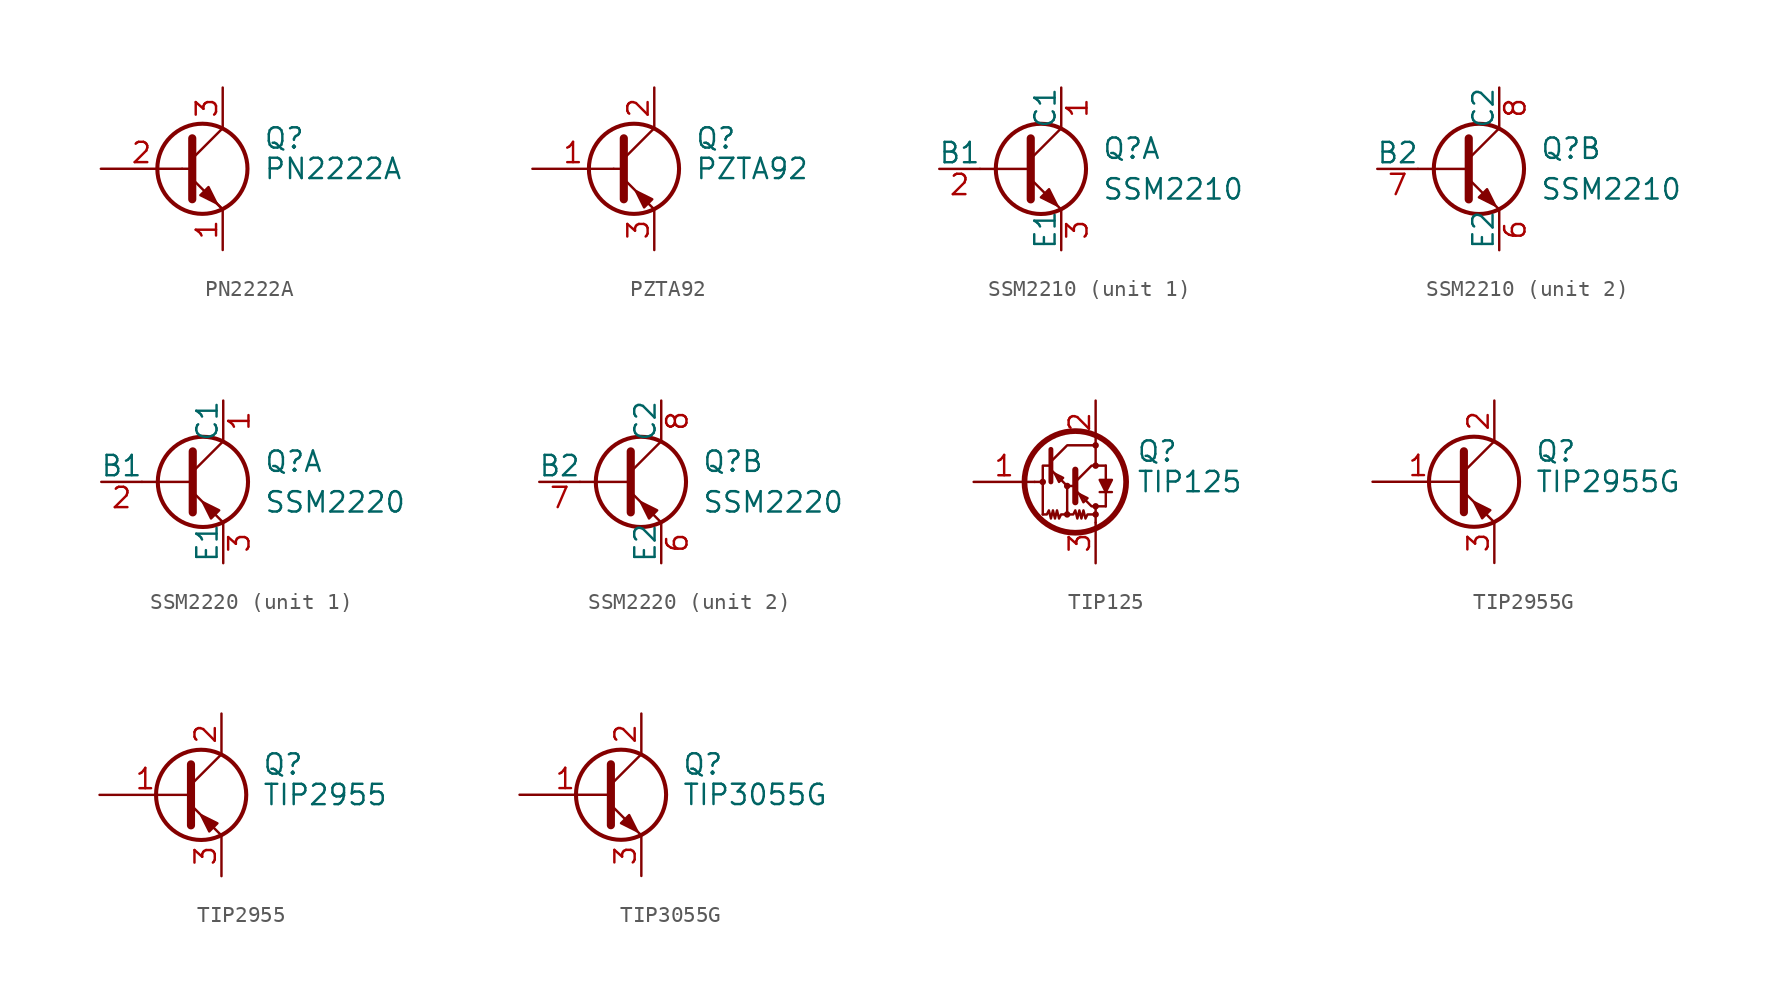
<source format=kicad_sym>
(kicad_symbol_lib
  (version 20220914)
  (generator kicad_symbol_editor)
  (symbol "PN2222A"
    (pin_names
      (offset 0) hide)
    (property "Reference" "Q"
      (at 5.08 1.905 0)
      (effects (font (size 1.27 1.27)) (justify left)))
    (property "Value" "PN2222A"
      (at 5.08 0 0)
      (effects (font (size 1.27 1.27)) (justify left)))
    (symbol "PN2222A_0_1"
      (polyline (pts (xy 0 0) (xy 0.635 0)) (stroke (width 0) (type default)) (fill (type none)))
      (polyline (pts (xy 2.54 -2.54) (xy 0.635 -0.635)) (stroke (width 0) (type default)) (fill (type none)))
      (polyline (pts (xy 2.54 2.54) (xy 0.635 0.635)) (stroke (width 0) (type default)) (fill (type none)))
      (polyline (pts (xy 0.635 1.905) (xy 0.635 -1.905) (xy 0.635 -1.905)) (stroke (width 0.508) (type default)) (fill (type none)))
      (polyline (pts (xy 2.413 -2.413) (xy 1.905 -1.905) (xy 1.905 -1.905)) (stroke (width 0) (type default)) (fill (type none)))
      (polyline (pts (xy 1.143 -1.651) (xy 1.651 -1.143) (xy 2.159 -2.159) (xy 1.143 -1.651) (xy 1.143 -1.651)) (stroke (width 0) (type default)) (fill (type outline)))
      (circle (center 1.27 0) (radius 2.819) (stroke (width 0.254) (type default)) (fill (type none))))
    (symbol "PN2222A_1_1"
      (pin passive line (at 2.54 -5.08 90) (length 2.54) (name "E" (effects (font (size 1.27 1.27)))) (number "1" (effects (font (size 1.27 1.27)))))
      (pin input line (at -5.08 0 0) (length 5.08) (name "B" (effects (font (size 1.27 1.27)))) (number "2" (effects (font (size 1.27 1.27)))))
      (pin passive line (at 2.54 5.08 270) (length 2.54) (name "C" (effects (font (size 1.27 1.27)))) (number "3" (effects (font (size 1.27 1.27)))))))
  (symbol "PZTA92"
    (pin_names
      (offset 0) hide)
    (property "Reference" "Q"
      (at 5.08 1.905 0)
      (effects (font (size 1.27 1.27)) (justify left)))
    (property "Value" "PZTA92"
      (at 5.08 0 0)
      (effects (font (size 1.27 1.27)) (justify left)))
    (symbol "PZTA92_0_1"
      (polyline (pts (xy 0 0) (xy 0.635 0)) (stroke (width 0) (type default)) (fill (type none)))
      (polyline (pts (xy 2.54 -2.54) (xy 0.635 -0.635)) (stroke (width 0) (type default)) (fill (type none)))
      (polyline (pts (xy 2.54 2.54) (xy 0.635 0.635)) (stroke (width 0) (type default)) (fill (type none)))
      (polyline (pts (xy 0.635 1.905) (xy 0.635 -1.905) (xy 0.635 -1.905)) (stroke (width 0.508) (type default)) (fill (type outline)))
      (polyline (pts (xy 1.905 -2.413) (xy 2.413 -1.905) (xy 1.397 -1.397) (xy 1.905 -2.413) (xy 1.905 -2.413)) (stroke (width 0) (type default)) (fill (type outline)))
      (circle (center 1.27 0) (radius 2.819) (stroke (width 0.254) (type default)) (fill (type none))))
    (symbol "PZTA92_1_1"
      (pin input line (at -5.08 0 0) (length 5.08) (name "B" (effects (font (size 1.27 1.27)))) (number "1" (effects (font (size 1.27 1.27)))))
      (pin passive line (at 2.54 5.08 270) (length 2.54) (name "C" (effects (font (size 1.27 1.27)))) (number "2" (effects (font (size 1.27 1.27)))))
      (pin passive line (at 2.54 -5.08 90) (length 2.54) (name "E" (effects (font (size 1.27 1.27)))) (number "3" (effects (font (size 1.27 1.27)))))))
  (symbol "SSM2210"
    (pin_names
      (offset 0))
    (property "Reference" "Q"
      (at 5.08 1.27 0)
      (effects (font (size 1.27 1.27)) (justify left)))
    (property "Value" "SSM2210"
      (at 5.08 -1.27 0)
      (effects (font (size 1.27 1.27)) (justify left)))
    (symbol "SSM2210_0_1"
      (polyline (pts (xy 0.635 0) (xy -2.54 0)) (stroke (width 0) (type default)) (fill (type none)))
      (polyline (pts (xy 0.635 0.635) (xy 2.54 2.54)) (stroke (width 0) (type default)) (fill (type none)))
      (polyline (pts (xy 0.635 -0.635) (xy 2.54 -2.54) (xy 2.54 -2.54)) (stroke (width 0) (type default)) (fill (type none)))
      (polyline (pts (xy 0.635 1.905) (xy 0.635 -1.905) (xy 0.635 -1.905)) (stroke (width 0.508) (type default)) (fill (type none)))
      (polyline (pts (xy 1.27 -1.778) (xy 1.778 -1.27) (xy 2.286 -2.286) (xy 1.27 -1.778) (xy 1.27 -1.778)) (stroke (width 0) (type default)) (fill (type outline)))
      (circle (center 1.27 0) (radius 2.819) (stroke (width 0.254) (type default)) (fill (type none))))
    (symbol "SSM2210_1_1"
      (pin passive line (at 2.54 5.08 270) (length 2.54) (name "C1" (effects (font (size 1.27 1.27)))) (number "1" (effects (font (size 1.27 1.27)))))
      (pin input line (at -5.08 0 0) (length 2.54) (name "B1" (effects (font (size 1.27 1.27)))) (number "2" (effects (font (size 1.27 1.27)))))
      (pin passive line (at 2.54 -5.08 90) (length 2.54) (name "E1" (effects (font (size 1.27 1.27)))) (number "3" (effects (font (size 1.27 1.27))))))
    (symbol "SSM2210_2_1"
      (pin passive line (at 2.54 -5.08 90) (length 2.54) (name "E2" (effects (font (size 1.27 1.27)))) (number "6" (effects (font (size 1.27 1.27)))))
      (pin input line (at -5.08 0 0) (length 2.54) (name "B2" (effects (font (size 1.27 1.27)))) (number "7" (effects (font (size 1.27 1.27)))))
      (pin passive line (at 2.54 5.08 270) (length 2.54) (name "C2" (effects (font (size 1.27 1.27)))) (number "8" (effects (font (size 1.27 1.27)))))))
  (symbol "SSM2220"
    (pin_names
      (offset 0))
    (property "Reference" "Q"
      (at 5.08 1.27 0)
      (effects (font (size 1.27 1.27)) (justify left)))
    (property "Value" "SSM2220"
      (at 5.08 -1.27 0)
      (effects (font (size 1.27 1.27)) (justify left)))
    (symbol "SSM2220_0_1"
      (polyline (pts (xy 0.635 0) (xy -2.54 0)) (stroke (width 0) (type default)) (fill (type none)))
      (polyline (pts (xy 0.635 0.635) (xy 2.54 2.54)) (stroke (width 0) (type default)) (fill (type none)))
      (polyline (pts (xy 0.635 -0.635) (xy 2.54 -2.54) (xy 2.54 -2.54)) (stroke (width 0) (type default)) (fill (type none)))
      (polyline (pts (xy 0.635 1.905) (xy 0.635 -1.905) (xy 0.635 -1.905)) (stroke (width 0.508) (type default)) (fill (type none)))
      (polyline (pts (xy 2.286 -1.778) (xy 1.778 -2.286) (xy 1.27 -1.27) (xy 2.286 -1.778) (xy 2.286 -1.778)) (stroke (width 0) (type default)) (fill (type outline)))
      (circle (center 1.27 0) (radius 2.819) (stroke (width 0.254) (type default)) (fill (type none))))
    (symbol "SSM2220_1_1"
      (pin passive line (at 2.54 5.08 270) (length 2.54) (name "C1" (effects (font (size 1.27 1.27)))) (number "1" (effects (font (size 1.27 1.27)))))
      (pin input line (at -5.08 0 0) (length 2.54) (name "B1" (effects (font (size 1.27 1.27)))) (number "2" (effects (font (size 1.27 1.27)))))
      (pin passive line (at 2.54 -5.08 90) (length 2.54) (name "E1" (effects (font (size 1.27 1.27)))) (number "3" (effects (font (size 1.27 1.27))))))
    (symbol "SSM2220_2_1"
      (pin passive line (at 2.54 -5.08 90) (length 2.54) (name "E2" (effects (font (size 1.27 1.27)))) (number "6" (effects (font (size 1.27 1.27)))))
      (pin input line (at -5.08 0 0) (length 2.54) (name "B2" (effects (font (size 1.27 1.27)))) (number "7" (effects (font (size 1.27 1.27)))))
      (pin passive line (at 2.54 5.08 270) (length 2.54) (name "C2" (effects (font (size 1.27 1.27)))) (number "8" (effects (font (size 1.27 1.27)))))))
  (symbol "TIP125"
    (pin_names
      (offset 0) hide)
    (property "Reference" "Q"
      (at 5.08 1.905 0)
      (effects (font (size 1.27 1.27)) (justify left)))
    (property "Value" "TIP125"
      (at 5.08 0 0)
      (effects (font (size 1.27 1.27)) (justify left)))
    (symbol "TIP125_0_1"
      (circle (center -0.762 0) (radius 0.127) (stroke (width 0) (type default)) (fill (type none)))
      (polyline (pts (xy -1.27 0) (xy -0.889 0)) (stroke (width 0) (type default)) (fill (type none)))
      (polyline (pts (xy 2.54 -2.032) (xy 2.54 -2.54)) (stroke (width 0) (type default)) (fill (type none)))
      (polyline (pts (xy 2.54 -1.524) (xy 3.175 -1.524)) (stroke (width 0) (type default)) (fill (type none)))
      (polyline (pts (xy 2.794 -0.635) (xy 3.556 -0.635)) (stroke (width 0) (type default)) (fill (type none)))
      (polyline (pts (xy 3.175 -1.524) (xy 3.175 -0.635)) (stroke (width 0) (type default)) (fill (type none)))
      (polyline (pts (xy 3.175 0.127) (xy 3.175 1.016)) (stroke (width 0) (type default)) (fill (type none)))
      (polyline (pts (xy 3.175 1.016) (xy 2.54 1.016)) (stroke (width 0) (type default)) (fill (type none)))
      (polyline (pts (xy -0.254 0.762) (xy 0.762 -0.254) (xy 1.27 -0.254)) (stroke (width 0) (type default)) (fill (type none)))
      (polyline (pts (xy -0.254 1.016) (xy -0.762 1.016) (xy -0.762 -2.032)) (stroke (width 0) (type default)) (fill (type none)))
      (polyline (pts (xy -0.254 1.27) (xy 0.762 2.286) (xy 2.54 2.286)) (stroke (width 0) (type default)) (fill (type none)))
      (polyline (pts (xy -0.254 2.032) (xy -0.254 0) (xy -0.254 0)) (stroke (width 0.305) (type default)) (fill (type none)))
      (polyline (pts (xy 1.27 0.762) (xy 1.27 -1.27) (xy 1.27 -1.27)) (stroke (width 0.381) (type default)) (fill (type none)))
      (polyline (pts (xy 0 0.508) (xy 0.254 0) (xy 0.508 0.254) (xy 0 0.508)) (stroke (width 0) (type default)) (fill (type none)))
      (polyline (pts (xy 1.27 -0.508) (xy 2.286 -1.524) (xy 2.54 -1.524) (xy 2.54 -2.032)) (stroke (width 0) (type default)) (fill (type none)))
      (polyline (pts (xy 1.27 0) (xy 2.286 1.016) (xy 2.54 1.016) (xy 2.54 2.286)) (stroke (width 0) (type default)) (fill (type none)))
      (polyline (pts (xy 1.524 -0.762) (xy 1.778 -1.27) (xy 2.032 -1.016) (xy 1.524 -0.762)) (stroke (width 0) (type default)) (fill (type none)))
      (polyline (pts (xy 3.175 -0.635) (xy 2.794 0.127) (xy 3.556 0.127) (xy 3.175 -0.635)) (stroke (width 0) (type default)) (fill (type outline)))
      (polyline (pts (xy 0.762 -2.032) (xy 0.381 -2.032) (xy 0.254 -2.286) (xy 0.127 -1.778) (xy 0 -2.286) (xy -0.127 -1.778) (xy -0.254 -2.286) (xy -0.381 -1.778) (xy -0.508 -2.032) (xy -0.762 -2.032)) (stroke (width 0) (type default)) (fill (type none)))
      (polyline (pts (xy 0.762 -0.254) (xy 0.762 -2.032) (xy 1.143 -2.032) (xy 1.27 -1.778) (xy 1.397 -2.286) (xy 1.524 -1.778) (xy 1.651 -2.286) (xy 1.778 -1.778) (xy 1.905 -2.286) (xy 2.032 -2.032) (xy 2.54 -2.032)) (stroke (width 0) (type default)) (fill (type none)))
      (circle (center 0.762 -2.032) (radius 0.127) (stroke (width 0) (type default)) (fill (type none)))
      (circle (center 0.762 -0.254) (radius 0.127) (stroke (width 0) (type default)) (fill (type none)))
      (circle (center 1.27 0) (radius 3.175) (stroke (width 0.356) (type default)) (fill (type none)))
      (circle (center 2.54 -2.032) (radius 0.127) (stroke (width 0) (type default)) (fill (type none)))
      (circle (center 2.54 -1.524) (radius 0.127) (stroke (width 0) (type default)) (fill (type none)))
      (circle (center 2.54 1.016) (radius 0.127) (stroke (width 0) (type default)) (fill (type none)))
      (circle (center 2.54 2.286) (radius 0.127) (stroke (width 0) (type default)) (fill (type none))))
    (symbol "TIP125_1_1"
      (pin input line (at -5.08 0 0) (length 3.81) (name "B" (effects (font (size 1.27 1.27)))) (number "1" (effects (font (size 1.27 1.27)))))
      (pin passive line (at 2.54 5.08 270) (length 2.667) (name "C" (effects (font (size 1.27 1.27)))) (number "2" (effects (font (size 1.27 1.27)))))
      (pin passive line (at 2.54 -5.08 90) (length 2.54) (name "E" (effects (font (size 1.27 1.27)))) (number "3" (effects (font (size 1.27 1.27)))))))
  (symbol "TIP2955G"
    (pin_names
      (offset 0) hide)
    (property "Reference" "Q"
      (at 5.08 1.905 0)
      (effects (font (size 1.27 1.27)) (justify left)))
    (property "Value" "TIP2955G"
      (at 5.08 0 0)
      (effects (font (size 1.27 1.27)) (justify left)))
    (symbol "TIP2955G_0_1"
      (polyline (pts (xy 0.635 0.635) (xy 2.54 2.54)) (stroke (width 0) (type default)) (fill (type none)))
      (polyline (pts (xy 0.635 -0.635) (xy 2.54 -2.54) (xy 2.54 -2.54)) (stroke (width 0) (type default)) (fill (type none)))
      (polyline (pts (xy 0.635 1.905) (xy 0.635 -1.905) (xy 0.635 -1.905)) (stroke (width 0.508) (type default)) (fill (type none)))
      (polyline (pts (xy 2.286 -1.778) (xy 1.778 -2.286) (xy 1.27 -1.27) (xy 2.286 -1.778) (xy 2.286 -1.778)) (stroke (width 0) (type default)) (fill (type outline)))
      (circle (center 1.27 0) (radius 2.819) (stroke (width 0.254) (type default)) (fill (type none))))
    (symbol "TIP2955G_1_1"
      (pin input line (at -5.08 0 0) (length 5.715) (name "B" (effects (font (size 1.27 1.27)))) (number "1" (effects (font (size 1.27 1.27)))))
      (pin passive line (at 2.54 5.08 270) (length 2.54) (name "C" (effects (font (size 1.27 1.27)))) (number "2" (effects (font (size 1.27 1.27)))))
      (pin passive line (at 2.54 -5.08 90) (length 2.54) (name "E" (effects (font (size 1.27 1.27)))) (number "3" (effects (font (size 1.27 1.27)))))))
  (symbol "TIP2955"
    (pin_names
      (offset 0) hide)
    (property "Reference" "Q"
      (at 5.08 1.905 0)
      (effects (font (size 1.27 1.27)) (justify left)))
    (property "Value" "TIP2955"
      (at 5.08 0 0)
      (effects (font (size 1.27 1.27)) (justify left)))
    (symbol "TIP2955_0_1"
      (polyline (pts (xy 0.635 0.635) (xy 2.54 2.54)) (stroke (width 0) (type default)) (fill (type none)))
      (polyline (pts (xy 0.635 -0.635) (xy 2.54 -2.54) (xy 2.54 -2.54)) (stroke (width 0) (type default)) (fill (type none)))
      (polyline (pts (xy 0.635 1.905) (xy 0.635 -1.905) (xy 0.635 -1.905)) (stroke (width 0.508) (type default)) (fill (type none)))
      (polyline (pts (xy 2.286 -1.778) (xy 1.778 -2.286) (xy 1.27 -1.27) (xy 2.286 -1.778) (xy 2.286 -1.778)) (stroke (width 0) (type default)) (fill (type outline)))
      (circle (center 1.27 0) (radius 2.819) (stroke (width 0.254) (type default)) (fill (type none))))
    (symbol "TIP2955_1_1"
      (pin input line (at -5.08 0 0) (length 5.715) (name "B" (effects (font (size 1.27 1.27)))) (number "1" (effects (font (size 1.27 1.27)))))
      (pin passive line (at 2.54 5.08 270) (length 2.54) (name "C" (effects (font (size 1.27 1.27)))) (number "2" (effects (font (size 1.27 1.27)))))
      (pin passive line (at 2.54 -5.08 90) (length 2.54) (name "E" (effects (font (size 1.27 1.27)))) (number "3" (effects (font (size 1.27 1.27)))))))
  (symbol "TIP3055G"
    (pin_names
      (offset 0) hide)
    (property "Reference" "Q"
      (at 5.08 1.905 0)
      (effects (font (size 1.27 1.27)) (justify left)))
    (property "Value" "TIP3055G"
      (at 5.08 0 0)
      (effects (font (size 1.27 1.27)) (justify left)))
    (symbol "TIP3055G_0_1"
      (polyline (pts (xy 0.635 0.635) (xy 2.54 2.54)) (stroke (width 0) (type default)) (fill (type none)))
      (polyline (pts (xy 0.635 -0.635) (xy 2.54 -2.54) (xy 2.54 -2.54)) (stroke (width 0) (type default)) (fill (type none)))
      (polyline (pts (xy 0.635 1.905) (xy 0.635 -1.905) (xy 0.635 -1.905)) (stroke (width 0.508) (type default)) (fill (type none)))
      (polyline (pts (xy 1.27 -1.778) (xy 1.778 -1.27) (xy 2.286 -2.286) (xy 1.27 -1.778) (xy 1.27 -1.778)) (stroke (width 0) (type default)) (fill (type outline)))
      (circle (center 1.27 0) (radius 2.819) (stroke (width 0.254) (type default)) (fill (type none))))
    (symbol "TIP3055G_1_1"
      (pin input line (at -5.08 0 0) (length 5.715) (name "B" (effects (font (size 1.27 1.27)))) (number "1" (effects (font (size 1.27 1.27)))))
      (pin passive line (at 2.54 5.08 270) (length 2.54) (name "C" (effects (font (size 1.27 1.27)))) (number "2" (effects (font (size 1.27 1.27)))))
      (pin passive line (at 2.54 -5.08 90) (length 2.54) (name "E" (effects (font (size 1.27 1.27)))) (number "3" (effects (font (size 1.27 1.27))))))))
</source>
